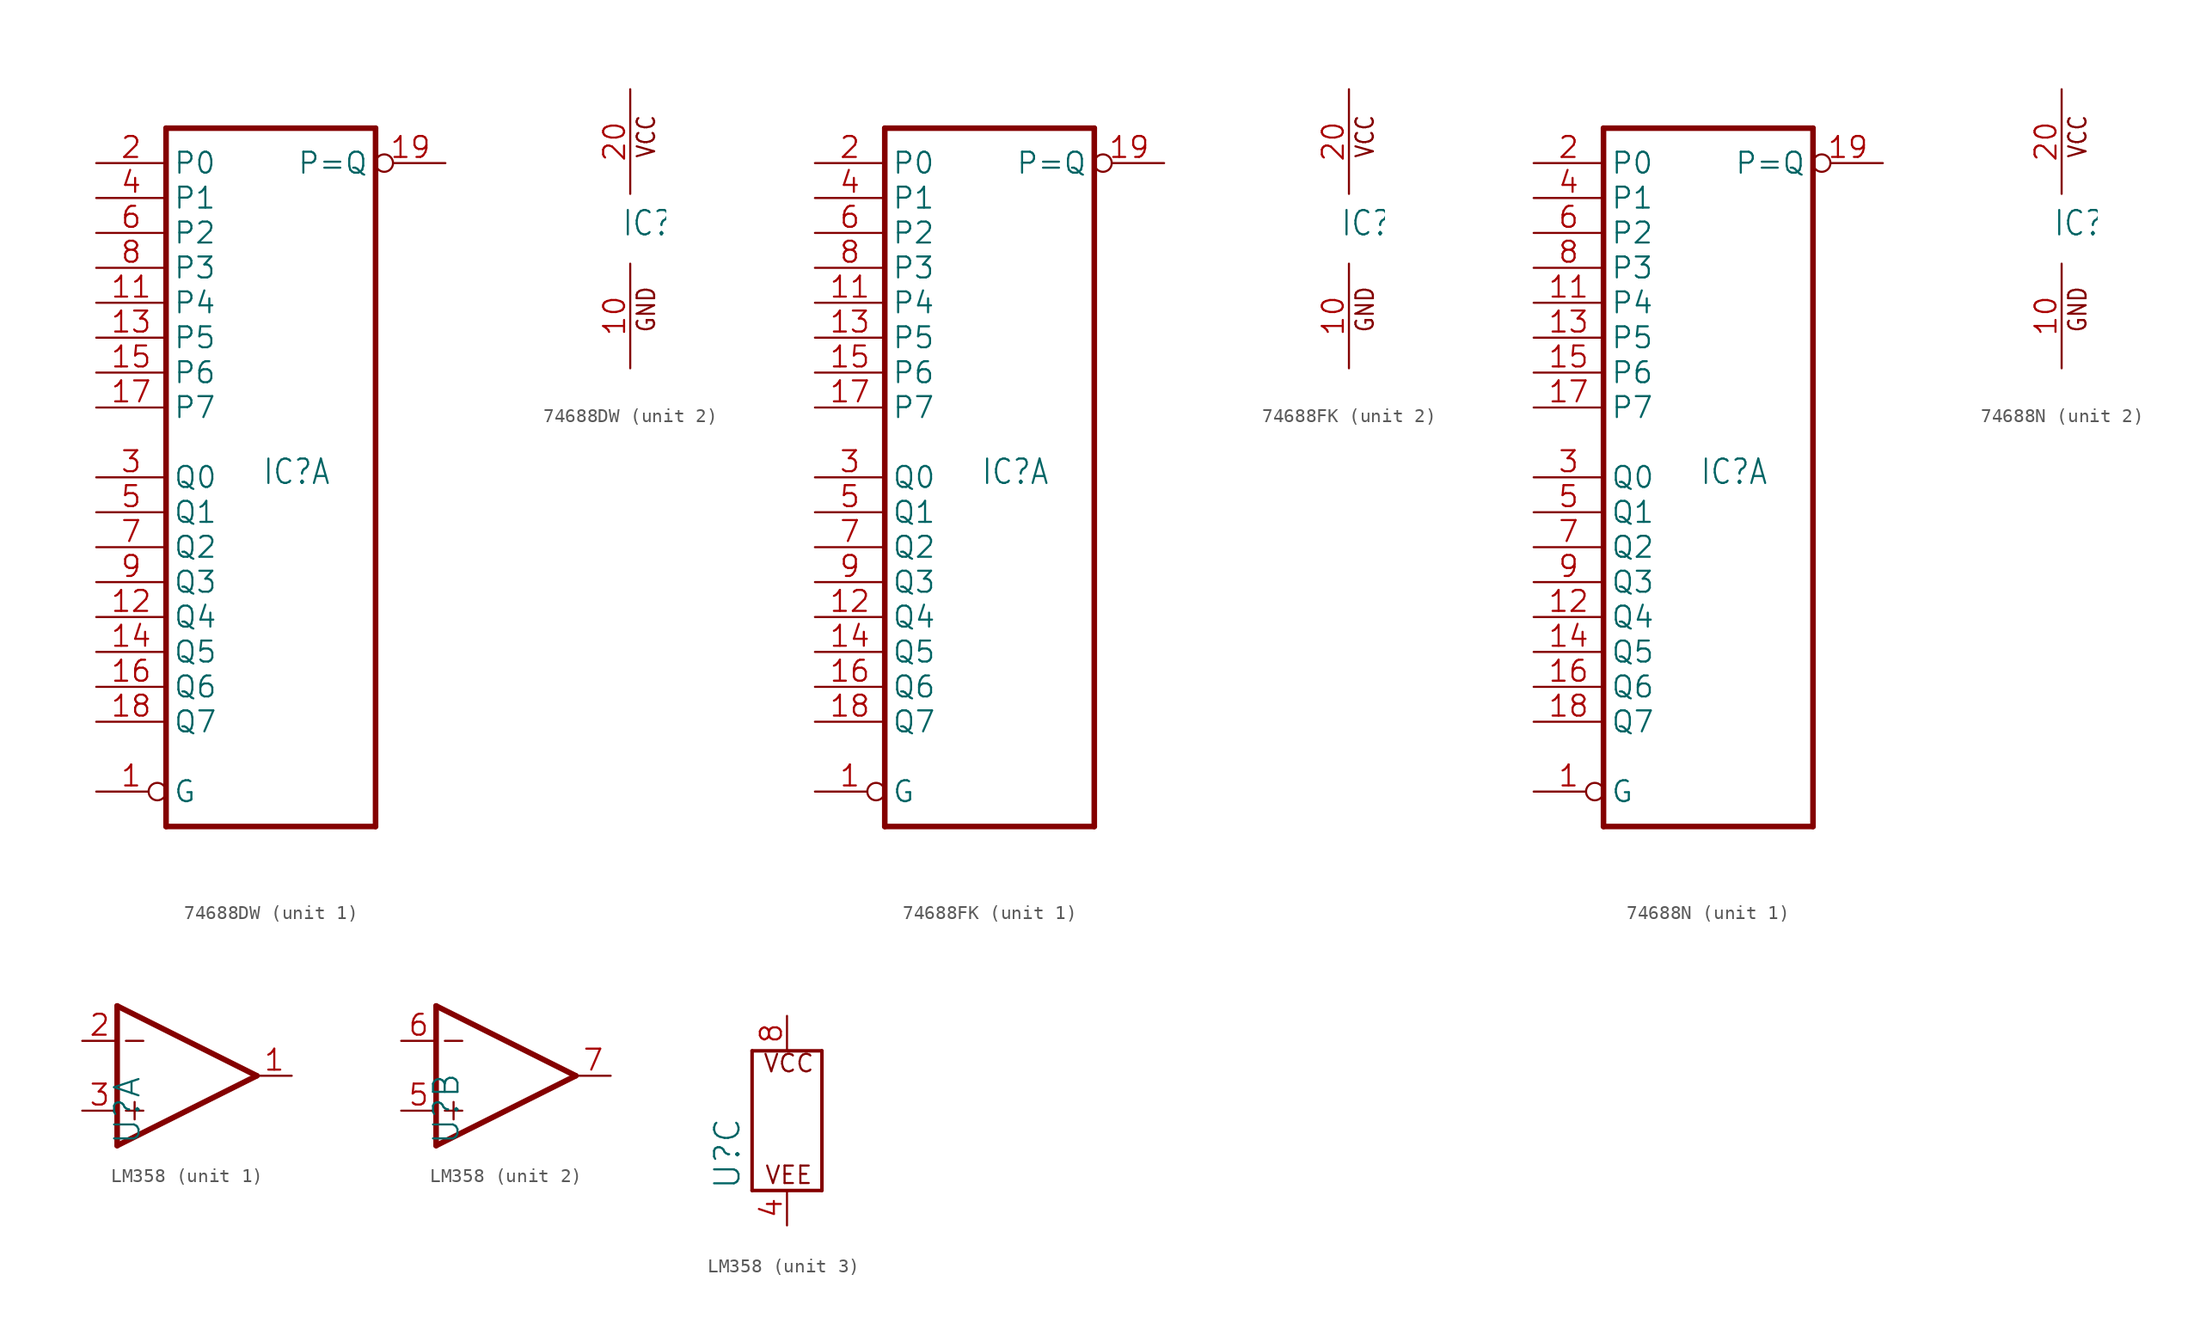
<source format=kicad_sym>
(kicad_symbol_lib
  (version 20241209)
  (generator "kicad_symbol_editor")
  (generator_version "9.0")
  (symbol "74688DW"
    (property "Reference" "IC"
      (at -0.635 -0.635 0)
      (effects (font (size 1.778 1.511)) (justify left bottom)))
    (property "ki_locked" ""
      (at 0 0 0)
      (effects (font (size 1.27 1.27))))
    (symbol "74688DW_1_0"
      (polyline (pts (xy -7.62 25.4) (xy -7.62 -25.4)) (stroke (width 0.406) (type solid)) (fill (type none)))
      (polyline (pts (xy -7.62 -25.4) (xy 7.62 -25.4)) (stroke (width 0.406) (type solid)) (fill (type none)))
      (polyline (pts (xy 7.62 25.4) (xy -7.62 25.4)) (stroke (width 0.406) (type solid)) (fill (type none)))
      (polyline (pts (xy 7.62 -25.4) (xy 7.62 25.4)) (stroke (width 0.406) (type solid)) (fill (type none)))
      (pin input line (at -12.7 22.86 0) (length 5.08) (name "P0" (effects (font (size 1.524 1.524)))) (number "2" (effects (font (size 1.524 1.524)))))
      (pin input line (at -12.7 20.32 0) (length 5.08) (name "P1" (effects (font (size 1.524 1.524)))) (number "4" (effects (font (size 1.524 1.524)))))
      (pin input line (at -12.7 17.78 0) (length 5.08) (name "P2" (effects (font (size 1.524 1.524)))) (number "6" (effects (font (size 1.524 1.524)))))
      (pin input line (at -12.7 15.24 0) (length 5.08) (name "P3" (effects (font (size 1.524 1.524)))) (number "8" (effects (font (size 1.524 1.524)))))
      (pin input line (at -12.7 12.7 0) (length 5.08) (name "P4" (effects (font (size 1.524 1.524)))) (number "11" (effects (font (size 1.524 1.524)))))
      (pin input line (at -12.7 10.16 0) (length 5.08) (name "P5" (effects (font (size 1.524 1.524)))) (number "13" (effects (font (size 1.524 1.524)))))
      (pin input line (at -12.7 7.62 0) (length 5.08) (name "P6" (effects (font (size 1.524 1.524)))) (number "15" (effects (font (size 1.524 1.524)))))
      (pin input line (at -12.7 5.08 0) (length 5.08) (name "P7" (effects (font (size 1.524 1.524)))) (number "17" (effects (font (size 1.524 1.524)))))
      (pin input line (at -12.7 0 0) (length 5.08) (name "Q0" (effects (font (size 1.524 1.524)))) (number "3" (effects (font (size 1.524 1.524)))))
      (pin input line (at -12.7 -2.54 0) (length 5.08) (name "Q1" (effects (font (size 1.524 1.524)))) (number "5" (effects (font (size 1.524 1.524)))))
      (pin input line (at -12.7 -5.08 0) (length 5.08) (name "Q2" (effects (font (size 1.524 1.524)))) (number "7" (effects (font (size 1.524 1.524)))))
      (pin input line (at -12.7 -7.62 0) (length 5.08) (name "Q3" (effects (font (size 1.524 1.524)))) (number "9" (effects (font (size 1.524 1.524)))))
      (pin input line (at -12.7 -10.16 0) (length 5.08) (name "Q4" (effects (font (size 1.524 1.524)))) (number "12" (effects (font (size 1.524 1.524)))))
      (pin input line (at -12.7 -12.7 0) (length 5.08) (name "Q5" (effects (font (size 1.524 1.524)))) (number "14" (effects (font (size 1.524 1.524)))))
      (pin input line (at -12.7 -15.24 0) (length 5.08) (name "Q6" (effects (font (size 1.524 1.524)))) (number "16" (effects (font (size 1.524 1.524)))))
      (pin input line (at -12.7 -17.78 0) (length 5.08) (name "Q7" (effects (font (size 1.524 1.524)))) (number "18" (effects (font (size 1.524 1.524)))))
      (pin input inverted (at -12.7 -22.86 0) (length 5.08) (name "G" (effects (font (size 1.524 1.524)))) (number "1" (effects (font (size 1.524 1.524)))))
      (pin output inverted (at 12.7 22.86 180) (length 5.08) (name "P=Q" (effects (font (size 1.524 1.524)))) (number "19" (effects (font (size 1.524 1.524))))))
    (symbol "74688DW_2_0"
      (text "VCC" (at 1.905 5.08 900) (effects (font (size 1.27 1.079)) (justify left bottom)))
      (text "GND" (at 1.905 -7.62 900) (effects (font (size 1.27 1.079)) (justify left bottom)))
      (pin power_in line (at 0 10.16 270) (length 7.62) (name "VCC" (effects (font (size 0 0)))) (number "20" (effects (font (size 1.524 1.524)))))
      (pin power_in line (at 0 -10.16 90) (length 7.62) (name "GND" (effects (font (size 0 0)))) (number "10" (effects (font (size 1.524 1.524)))))))
  (symbol "74688FK"
    (property "Reference" "IC"
      (at -0.635 -0.635 0)
      (effects (font (size 1.778 1.511)) (justify left bottom)))
    (property "ki_locked" ""
      (at 0 0 0)
      (effects (font (size 1.27 1.27))))
    (symbol "74688FK_1_0"
      (polyline (pts (xy -7.62 25.4) (xy -7.62 -25.4)) (stroke (width 0.406) (type solid)) (fill (type none)))
      (polyline (pts (xy -7.62 -25.4) (xy 7.62 -25.4)) (stroke (width 0.406) (type solid)) (fill (type none)))
      (polyline (pts (xy 7.62 25.4) (xy -7.62 25.4)) (stroke (width 0.406) (type solid)) (fill (type none)))
      (polyline (pts (xy 7.62 -25.4) (xy 7.62 25.4)) (stroke (width 0.406) (type solid)) (fill (type none)))
      (pin input line (at -12.7 22.86 0) (length 5.08) (name "P0" (effects (font (size 1.524 1.524)))) (number "2" (effects (font (size 1.524 1.524)))))
      (pin input line (at -12.7 20.32 0) (length 5.08) (name "P1" (effects (font (size 1.524 1.524)))) (number "4" (effects (font (size 1.524 1.524)))))
      (pin input line (at -12.7 17.78 0) (length 5.08) (name "P2" (effects (font (size 1.524 1.524)))) (number "6" (effects (font (size 1.524 1.524)))))
      (pin input line (at -12.7 15.24 0) (length 5.08) (name "P3" (effects (font (size 1.524 1.524)))) (number "8" (effects (font (size 1.524 1.524)))))
      (pin input line (at -12.7 12.7 0) (length 5.08) (name "P4" (effects (font (size 1.524 1.524)))) (number "11" (effects (font (size 1.524 1.524)))))
      (pin input line (at -12.7 10.16 0) (length 5.08) (name "P5" (effects (font (size 1.524 1.524)))) (number "13" (effects (font (size 1.524 1.524)))))
      (pin input line (at -12.7 7.62 0) (length 5.08) (name "P6" (effects (font (size 1.524 1.524)))) (number "15" (effects (font (size 1.524 1.524)))))
      (pin input line (at -12.7 5.08 0) (length 5.08) (name "P7" (effects (font (size 1.524 1.524)))) (number "17" (effects (font (size 1.524 1.524)))))
      (pin input line (at -12.7 0 0) (length 5.08) (name "Q0" (effects (font (size 1.524 1.524)))) (number "3" (effects (font (size 1.524 1.524)))))
      (pin input line (at -12.7 -2.54 0) (length 5.08) (name "Q1" (effects (font (size 1.524 1.524)))) (number "5" (effects (font (size 1.524 1.524)))))
      (pin input line (at -12.7 -5.08 0) (length 5.08) (name "Q2" (effects (font (size 1.524 1.524)))) (number "7" (effects (font (size 1.524 1.524)))))
      (pin input line (at -12.7 -7.62 0) (length 5.08) (name "Q3" (effects (font (size 1.524 1.524)))) (number "9" (effects (font (size 1.524 1.524)))))
      (pin input line (at -12.7 -10.16 0) (length 5.08) (name "Q4" (effects (font (size 1.524 1.524)))) (number "12" (effects (font (size 1.524 1.524)))))
      (pin input line (at -12.7 -12.7 0) (length 5.08) (name "Q5" (effects (font (size 1.524 1.524)))) (number "14" (effects (font (size 1.524 1.524)))))
      (pin input line (at -12.7 -15.24 0) (length 5.08) (name "Q6" (effects (font (size 1.524 1.524)))) (number "16" (effects (font (size 1.524 1.524)))))
      (pin input line (at -12.7 -17.78 0) (length 5.08) (name "Q7" (effects (font (size 1.524 1.524)))) (number "18" (effects (font (size 1.524 1.524)))))
      (pin input inverted (at -12.7 -22.86 0) (length 5.08) (name "G" (effects (font (size 1.524 1.524)))) (number "1" (effects (font (size 1.524 1.524)))))
      (pin output inverted (at 12.7 22.86 180) (length 5.08) (name "P=Q" (effects (font (size 1.524 1.524)))) (number "19" (effects (font (size 1.524 1.524))))))
    (symbol "74688FK_2_0"
      (text "VCC" (at 1.905 5.08 900) (effects (font (size 1.27 1.079)) (justify left bottom)))
      (text "GND" (at 1.905 -7.62 900) (effects (font (size 1.27 1.079)) (justify left bottom)))
      (pin power_in line (at 0 10.16 270) (length 7.62) (name "VCC" (effects (font (size 0 0)))) (number "20" (effects (font (size 1.524 1.524)))))
      (pin power_in line (at 0 -10.16 90) (length 7.62) (name "GND" (effects (font (size 0 0)))) (number "10" (effects (font (size 1.524 1.524)))))))
  (symbol "74688N"
    (property "Reference" "IC"
      (at -0.635 -0.635 0)
      (effects (font (size 1.778 1.511)) (justify left bottom)))
    (property "ki_locked" ""
      (at 0 0 0)
      (effects (font (size 1.27 1.27))))
    (symbol "74688N_1_0"
      (polyline (pts (xy -7.62 25.4) (xy -7.62 -25.4)) (stroke (width 0.406) (type solid)) (fill (type none)))
      (polyline (pts (xy -7.62 -25.4) (xy 7.62 -25.4)) (stroke (width 0.406) (type solid)) (fill (type none)))
      (polyline (pts (xy 7.62 25.4) (xy -7.62 25.4)) (stroke (width 0.406) (type solid)) (fill (type none)))
      (polyline (pts (xy 7.62 -25.4) (xy 7.62 25.4)) (stroke (width 0.406) (type solid)) (fill (type none)))
      (pin input line (at -12.7 22.86 0) (length 5.08) (name "P0" (effects (font (size 1.524 1.524)))) (number "2" (effects (font (size 1.524 1.524)))))
      (pin input line (at -12.7 20.32 0) (length 5.08) (name "P1" (effects (font (size 1.524 1.524)))) (number "4" (effects (font (size 1.524 1.524)))))
      (pin input line (at -12.7 17.78 0) (length 5.08) (name "P2" (effects (font (size 1.524 1.524)))) (number "6" (effects (font (size 1.524 1.524)))))
      (pin input line (at -12.7 15.24 0) (length 5.08) (name "P3" (effects (font (size 1.524 1.524)))) (number "8" (effects (font (size 1.524 1.524)))))
      (pin input line (at -12.7 12.7 0) (length 5.08) (name "P4" (effects (font (size 1.524 1.524)))) (number "11" (effects (font (size 1.524 1.524)))))
      (pin input line (at -12.7 10.16 0) (length 5.08) (name "P5" (effects (font (size 1.524 1.524)))) (number "13" (effects (font (size 1.524 1.524)))))
      (pin input line (at -12.7 7.62 0) (length 5.08) (name "P6" (effects (font (size 1.524 1.524)))) (number "15" (effects (font (size 1.524 1.524)))))
      (pin input line (at -12.7 5.08 0) (length 5.08) (name "P7" (effects (font (size 1.524 1.524)))) (number "17" (effects (font (size 1.524 1.524)))))
      (pin input line (at -12.7 0 0) (length 5.08) (name "Q0" (effects (font (size 1.524 1.524)))) (number "3" (effects (font (size 1.524 1.524)))))
      (pin input line (at -12.7 -2.54 0) (length 5.08) (name "Q1" (effects (font (size 1.524 1.524)))) (number "5" (effects (font (size 1.524 1.524)))))
      (pin input line (at -12.7 -5.08 0) (length 5.08) (name "Q2" (effects (font (size 1.524 1.524)))) (number "7" (effects (font (size 1.524 1.524)))))
      (pin input line (at -12.7 -7.62 0) (length 5.08) (name "Q3" (effects (font (size 1.524 1.524)))) (number "9" (effects (font (size 1.524 1.524)))))
      (pin input line (at -12.7 -10.16 0) (length 5.08) (name "Q4" (effects (font (size 1.524 1.524)))) (number "12" (effects (font (size 1.524 1.524)))))
      (pin input line (at -12.7 -12.7 0) (length 5.08) (name "Q5" (effects (font (size 1.524 1.524)))) (number "14" (effects (font (size 1.524 1.524)))))
      (pin input line (at -12.7 -15.24 0) (length 5.08) (name "Q6" (effects (font (size 1.524 1.524)))) (number "16" (effects (font (size 1.524 1.524)))))
      (pin input line (at -12.7 -17.78 0) (length 5.08) (name "Q7" (effects (font (size 1.524 1.524)))) (number "18" (effects (font (size 1.524 1.524)))))
      (pin input inverted (at -12.7 -22.86 0) (length 5.08) (name "G" (effects (font (size 1.524 1.524)))) (number "1" (effects (font (size 1.524 1.524)))))
      (pin output inverted (at 12.7 22.86 180) (length 5.08) (name "P=Q" (effects (font (size 1.524 1.524)))) (number "19" (effects (font (size 1.524 1.524))))))
    (symbol "74688N_2_0"
      (text "VCC" (at 1.905 5.08 900) (effects (font (size 1.27 1.079)) (justify left bottom)))
      (text "GND" (at 1.905 -7.62 900) (effects (font (size 1.27 1.079)) (justify left bottom)))
      (pin power_in line (at 0 10.16 270) (length 7.62) (name "VCC" (effects (font (size 0 0)))) (number "20" (effects (font (size 1.524 1.524)))))
      (pin power_in line (at 0 -10.16 90) (length 7.62) (name "GND" (effects (font (size 0 0)))) (number "10" (effects (font (size 1.524 1.524)))))))
  (symbol "LM358"
    (property "Reference" "U"
      (at -3.302 -5.08 90)
      (effects (font (size 1.778 1.778)) (justify left bottom)))
    (property "Value" ""
      (at 5.08 -5.08 90)
      (effects (font (size 1.778 1.778)) (justify left bottom)))
    (property "ki_locked" ""
      (at 0 0 0)
      (effects (font (size 1.27 1.27))))
    (symbol "LM358_1_0"
      (polyline (pts (xy -5.08 5.08) (xy -5.08 -5.08)) (stroke (width 0.406) (type solid)) (fill (type none)))
      (polyline (pts (xy -5.08 -5.08) (xy 5.08 0)) (stroke (width 0.406) (type solid)) (fill (type none)))
      (polyline (pts (xy -4.445 2.54) (xy -3.175 2.54)) (stroke (width 0.152) (type solid)) (fill (type none)))
      (polyline (pts (xy -4.445 -2.54) (xy -3.175 -2.54)) (stroke (width 0.152) (type solid)) (fill (type none)))
      (polyline (pts (xy -3.81 -1.905) (xy -3.81 -3.175)) (stroke (width 0.152) (type solid)) (fill (type none)))
      (polyline (pts (xy 5.08 0) (xy -5.08 5.08)) (stroke (width 0.406) (type solid)) (fill (type none)))
      (pin input line (at -7.62 2.54 0) (length 2.54) (name "-IN" (effects (font (size 0 0)))) (number "2" (effects (font (size 1.524 1.524)))))
      (pin input line (at -7.62 -2.54 0) (length 2.54) (name "+IN" (effects (font (size 0 0)))) (number "3" (effects (font (size 1.524 1.524)))))
      (pin output line (at 7.62 0 180) (length 2.54) (name "OUT" (effects (font (size 0 0)))) (number "1" (effects (font (size 1.524 1.524))))))
    (symbol "LM358_2_0"
      (polyline (pts (xy -5.08 5.08) (xy -5.08 -5.08)) (stroke (width 0.406) (type solid)) (fill (type none)))
      (polyline (pts (xy -5.08 -5.08) (xy 5.08 0)) (stroke (width 0.406) (type solid)) (fill (type none)))
      (polyline (pts (xy -4.445 2.54) (xy -3.175 2.54)) (stroke (width 0.152) (type solid)) (fill (type none)))
      (polyline (pts (xy -4.445 -2.54) (xy -3.175 -2.54)) (stroke (width 0.152) (type solid)) (fill (type none)))
      (polyline (pts (xy -3.81 -1.905) (xy -3.81 -3.175)) (stroke (width 0.152) (type solid)) (fill (type none)))
      (polyline (pts (xy 5.08 0) (xy -5.08 5.08)) (stroke (width 0.406) (type solid)) (fill (type none)))
      (pin input line (at -7.62 2.54 0) (length 2.54) (name "-IN" (effects (font (size 0 0)))) (number "6" (effects (font (size 1.524 1.524)))))
      (pin input line (at -7.62 -2.54 0) (length 2.54) (name "+IN" (effects (font (size 0 0)))) (number "5" (effects (font (size 1.524 1.524)))))
      (pin output line (at 7.62 0 180) (length 2.54) (name "OUT" (effects (font (size 0 0)))) (number "7" (effects (font (size 1.524 1.524))))))
    (symbol "LM358_3_0"
      (polyline (pts (xy -2.54 5.08) (xy 2.54 5.08)) (stroke (width 0.254) (type solid)) (fill (type none)))
      (polyline (pts (xy -2.54 -5.08) (xy -2.54 5.08)) (stroke (width 0.254) (type solid)) (fill (type none)))
      (polyline (pts (xy 2.54 5.08) (xy 2.54 -5.08)) (stroke (width 0.254) (type solid)) (fill (type none)))
      (polyline (pts (xy 2.54 -5.08) (xy -2.54 -5.08)) (stroke (width 0.254) (type solid)) (fill (type none)))
      (text "VCC" (at 0.127 3.429 0) (effects (font (size 1.27 1.27)) (justify bottom)))
      (text "VEE" (at 0.127 -4.699 0) (effects (font (size 1.27 1.27)) (justify bottom)))
      (pin bidirectional line (at 0 7.62 270) (length 2.54) (name "P$V+" (effects (font (size 0 0)))) (number "8" (effects (font (size 1.524 1.524)))))
      (pin bidirectional line (at 0 -7.62 90) (length 2.54) (name "P$V-" (effects (font (size 0 0)))) (number "4" (effects (font (size 1.524 1.524))))))))
</source>
